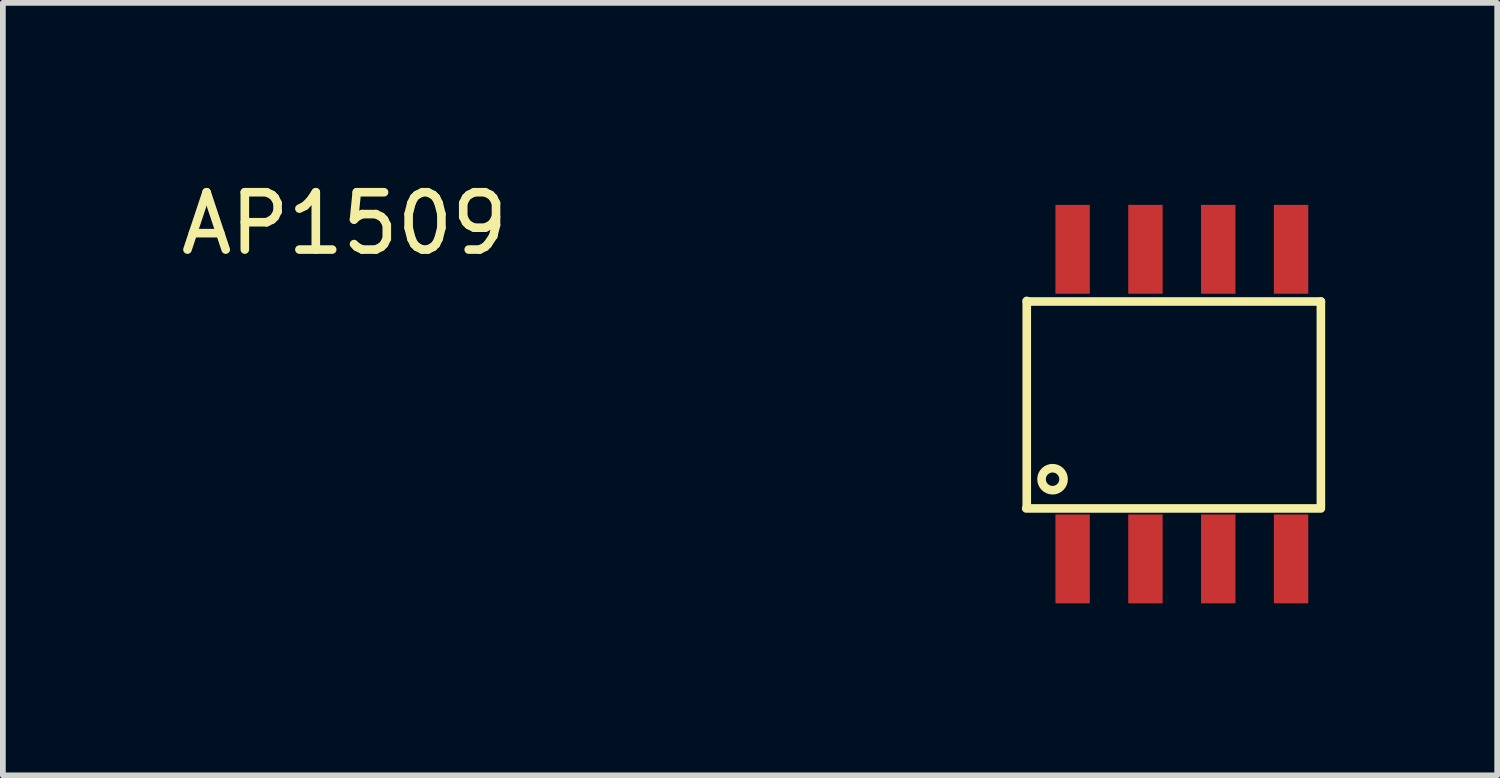
<source format=kicad_pcb>
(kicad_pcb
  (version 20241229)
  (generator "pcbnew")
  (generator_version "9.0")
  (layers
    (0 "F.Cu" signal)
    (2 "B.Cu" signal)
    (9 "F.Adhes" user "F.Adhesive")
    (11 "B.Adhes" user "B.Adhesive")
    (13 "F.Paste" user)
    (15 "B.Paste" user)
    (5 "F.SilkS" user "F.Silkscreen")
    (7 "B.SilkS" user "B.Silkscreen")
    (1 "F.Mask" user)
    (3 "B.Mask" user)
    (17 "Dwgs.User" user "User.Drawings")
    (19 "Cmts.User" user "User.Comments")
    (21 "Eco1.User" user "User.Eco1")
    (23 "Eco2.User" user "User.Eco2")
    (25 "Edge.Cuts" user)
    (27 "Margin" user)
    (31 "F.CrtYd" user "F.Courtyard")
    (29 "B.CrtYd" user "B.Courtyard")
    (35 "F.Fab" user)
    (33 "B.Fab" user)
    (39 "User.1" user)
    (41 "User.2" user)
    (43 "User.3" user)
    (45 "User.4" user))
  (footprint "AP1509"
    (layer "F.Cu")
    (at 15.658 6.698)
    (property "Reference" "AP1509" (at -12.7 -5.85 0) (layer "F.SilkS") (effects (font (size 1 1) (thickness 0.15))))
    (attr through_hole)
    (fp_line (start -0.81 -0.88) (end 4.33 -0.88) (stroke (width 0.15) (type solid)) (layer "F.SilkS"))
    (fp_line (start -0.8 -4.5) (end -0.8 -0.9) (stroke (width 0.15) (type solid)) (layer "F.SilkS"))
    (fp_line (start -0.8 -4.49) (end 4.33 -4.49) (stroke (width 0.15) (type solid)) (layer "F.SilkS"))
    (fp_line (start 4.33 -4.49) (end 4.33 -0.91) (stroke (width 0.15) (type solid)) (layer "F.SilkS"))
    (fp_circle (center -0.35 -1.39) (end -0.23 -1.54) (stroke (width 0.15) (type solid)) (fill no) (layer "F.SilkS"))
    (pad "1" smd rect (at 0 0) (size 0.6 1.55) (layers "F.Cu" "F.Mask" "F.Paste"))
    (pad "2" smd rect (at 1.27 0) (size 0.6 1.55) (layers "F.Cu" "F.Mask" "F.Paste"))
    (pad "3" smd rect (at 2.54 0) (size 0.6 1.55) (layers "F.Cu" "F.Mask" "F.Paste"))
    (pad "4" smd rect (at 3.81 0) (size 0.6 1.55) (layers "F.Cu" "F.Mask" "F.Paste"))
    (pad "5" smd rect (at 3.81 -5.4) (size 0.6 1.55) (layers "F.Cu" "F.Mask" "F.Paste"))
    (pad "6" smd rect (at 2.54 -5.4) (size 0.6 1.55) (layers "F.Cu" "F.Mask" "F.Paste"))
    (pad "7" smd rect (at 1.27 -5.4) (size 0.6 1.55) (layers "F.Cu" "F.Mask" "F.Paste"))
    (pad "8" smd rect (at 0 -5.4) (size 0.6 1.55) (layers "F.Cu" "F.Mask" "F.Paste")))
  (gr_rect
    (start -3 -3)
    (end 23.063 10.473)
    (stroke (width 0.1) (type default))
    (fill no)
    (layer "Edge.Cuts")))
</source>
